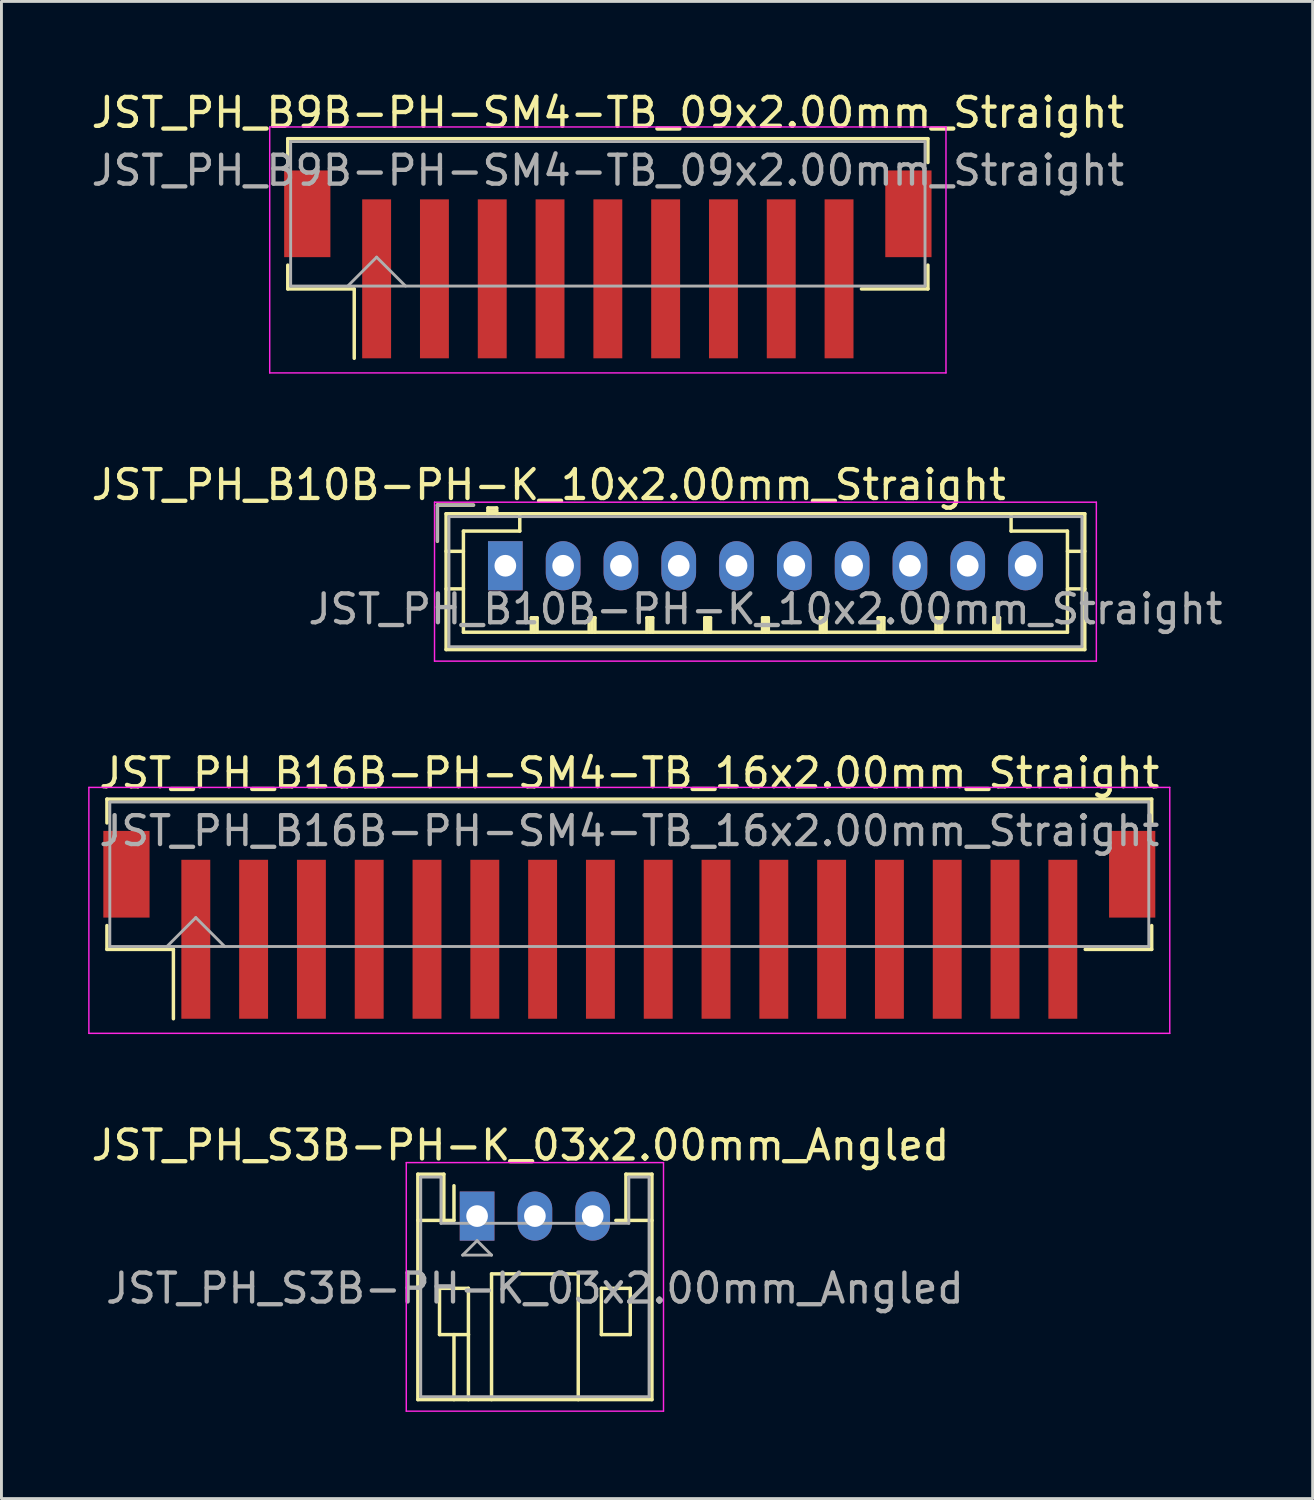
<source format=kicad_pcb>
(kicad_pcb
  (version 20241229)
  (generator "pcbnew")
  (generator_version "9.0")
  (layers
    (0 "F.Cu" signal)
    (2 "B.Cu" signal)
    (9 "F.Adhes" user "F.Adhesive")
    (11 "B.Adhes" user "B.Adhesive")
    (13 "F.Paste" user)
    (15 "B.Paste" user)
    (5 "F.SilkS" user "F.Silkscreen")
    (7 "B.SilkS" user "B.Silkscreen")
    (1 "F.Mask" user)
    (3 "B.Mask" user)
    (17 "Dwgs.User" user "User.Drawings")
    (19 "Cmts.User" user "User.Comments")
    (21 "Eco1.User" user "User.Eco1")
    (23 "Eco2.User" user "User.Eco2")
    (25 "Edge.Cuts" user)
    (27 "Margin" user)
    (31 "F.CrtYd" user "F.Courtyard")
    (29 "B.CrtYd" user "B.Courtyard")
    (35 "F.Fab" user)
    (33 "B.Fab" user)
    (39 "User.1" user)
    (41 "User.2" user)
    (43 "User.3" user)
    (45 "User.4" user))
  (footprint "JST_PH_B9B-PH-SM4-TB_09x2.00mm_Straight"
    (layer "F.Cu")
    (at 17.982 5.473)
    (property "Reference" "JST_PH_B9B-PH-SM4-TB_09x2.00mm_Straight" (at 0 -4.625 0) (layer "F.SilkS") (effects (font (size 1 1) (thickness 0.15))))
    (attr smd)
    (fp_line (start -11.075 -3.725) (end 11.075 -3.725) (stroke (width 0.12) (type solid)) (layer "F.SilkS"))
    (fp_line (start -11.075 -2.9) (end -11.075 -3.725) (stroke (width 0.12) (type solid)) (layer "F.SilkS"))
    (fp_line (start -11.075 0.65) (end -11.075 1.475) (stroke (width 0.12) (type solid)) (layer "F.SilkS"))
    (fp_line (start -11.075 1.475) (end -8.775 1.475) (stroke (width 0.12) (type solid)) (layer "F.SilkS"))
    (fp_line (start -8.775 1.475) (end -8.775 3.875) (stroke (width 0.12) (type solid)) (layer "F.SilkS"))
    (fp_line (start 11.075 -3.725) (end 11.075 -2.9) (stroke (width 0.12) (type solid)) (layer "F.SilkS"))
    (fp_line (start 11.075 0.65) (end 11.075 1.475) (stroke (width 0.12) (type solid)) (layer "F.SilkS"))
    (fp_line (start 11.075 1.475) (end 8.775 1.475) (stroke (width 0.12) (type solid)) (layer "F.SilkS"))
    (fp_line (start -11.7 -4.13) (end -11.7 4.38) (stroke (width 0.05) (type solid)) (layer "F.CrtYd"))
    (fp_line (start -11.7 4.38) (end 11.7 4.38) (stroke (width 0.05) (type solid)) (layer "F.CrtYd"))
    (fp_line (start 11.7 -4.13) (end -11.7 -4.13) (stroke (width 0.05) (type solid)) (layer "F.CrtYd"))
    (fp_line (start 11.7 4.38) (end 11.7 -4.13) (stroke (width 0.05) (type solid)) (layer "F.CrtYd"))
    (fp_line (start -10.975 -3.625) (end -10.975 1.375) (stroke (width 0.1) (type solid)) (layer "F.Fab"))
    (fp_line (start -10.975 1.375) (end 10.975 1.375) (stroke (width 0.1) (type solid)) (layer "F.Fab"))
    (fp_line (start -9 1.375) (end -8 0.375) (stroke (width 0.1) (type solid)) (layer "F.Fab"))
    (fp_line (start -8 0.375) (end -7 1.375) (stroke (width 0.1) (type solid)) (layer "F.Fab"))
    (fp_line (start 10.975 -3.625) (end -10.975 -3.625) (stroke (width 0.1) (type solid)) (layer "F.Fab"))
    (fp_line (start 10.975 1.375) (end 10.975 -3.625) (stroke (width 0.1) (type solid)) (layer "F.Fab"))
    (fp_text user "${REFERENCE}" (at 0 -2.625 0) (layer "F.Fab") (effects (font (size 1 1) (thickness 0.15))))
    (pad "" smd rect (at -10.4 -1.125) (size 1.6 3) (layers "F.Cu" "F.Mask" "F.Paste"))
    (pad "" smd rect (at 10.4 -1.125) (size 1.6 3) (layers "F.Cu" "F.Mask" "F.Paste"))
    (pad "1" smd rect (at -8 1.125) (size 1 5.5) (layers "F.Cu" "F.Mask" "F.Paste"))
    (pad "2" smd rect (at -6 1.125) (size 1 5.5) (layers "F.Cu" "F.Mask" "F.Paste"))
    (pad "3" smd rect (at -4 1.125) (size 1 5.5) (layers "F.Cu" "F.Mask" "F.Paste"))
    (pad "4" smd rect (at -2 1.125) (size 1 5.5) (layers "F.Cu" "F.Mask" "F.Paste"))
    (pad "5" smd rect (at 0 1.125) (size 1 5.5) (layers "F.Cu" "F.Mask" "F.Paste"))
    (pad "6" smd rect (at 2 1.125) (size 1 5.5) (layers "F.Cu" "F.Mask" "F.Paste"))
    (pad "7" smd rect (at 4 1.125) (size 1 5.5) (layers "F.Cu" "F.Mask" "F.Paste"))
    (pad "8" smd rect (at 6 1.125) (size 1 5.5) (layers "F.Cu" "F.Mask" "F.Paste"))
    (pad "9" smd rect (at 8 1.125) (size 1 5.5) (layers "F.Cu" "F.Mask" "F.Paste")))
  (footprint "JST_PH_B16B-PH-SM4-TB_16x2.00mm_Straight"
    (layer "F.Cu")
    (at 18.725 28.325)
    (property "Reference" "JST_PH_B16B-PH-SM4-TB_16x2.00mm_Straight" (at 0 -4.625 0) (layer "F.SilkS") (effects (font (size 1 1) (thickness 0.15))))
    (attr smd)
    (fp_line (start -18.075 -3.725) (end 18.075 -3.725) (stroke (width 0.12) (type solid)) (layer "F.SilkS"))
    (fp_line (start -18.075 -2.9) (end -18.075 -3.725) (stroke (width 0.12) (type solid)) (layer "F.SilkS"))
    (fp_line (start -18.075 0.65) (end -18.075 1.475) (stroke (width 0.12) (type solid)) (layer "F.SilkS"))
    (fp_line (start -18.075 1.475) (end -15.775 1.475) (stroke (width 0.12) (type solid)) (layer "F.SilkS"))
    (fp_line (start -15.775 1.475) (end -15.775 3.875) (stroke (width 0.12) (type solid)) (layer "F.SilkS"))
    (fp_line (start 18.075 -3.725) (end 18.075 -2.9) (stroke (width 0.12) (type solid)) (layer "F.SilkS"))
    (fp_line (start 18.075 0.65) (end 18.075 1.475) (stroke (width 0.12) (type solid)) (layer "F.SilkS"))
    (fp_line (start 18.075 1.475) (end 15.775 1.475) (stroke (width 0.12) (type solid)) (layer "F.SilkS"))
    (fp_line (start -18.7 -4.13) (end -18.7 4.38) (stroke (width 0.05) (type solid)) (layer "F.CrtYd"))
    (fp_line (start -18.7 4.38) (end 18.7 4.38) (stroke (width 0.05) (type solid)) (layer "F.CrtYd"))
    (fp_line (start 18.7 -4.13) (end -18.7 -4.13) (stroke (width 0.05) (type solid)) (layer "F.CrtYd"))
    (fp_line (start 18.7 4.38) (end 18.7 -4.13) (stroke (width 0.05) (type solid)) (layer "F.CrtYd"))
    (fp_line (start -17.975 -3.625) (end -17.975 1.375) (stroke (width 0.1) (type solid)) (layer "F.Fab"))
    (fp_line (start -17.975 1.375) (end 17.975 1.375) (stroke (width 0.1) (type solid)) (layer "F.Fab"))
    (fp_line (start -16 1.375) (end -15 0.375) (stroke (width 0.1) (type solid)) (layer "F.Fab"))
    (fp_line (start -15 0.375) (end -14 1.375) (stroke (width 0.1) (type solid)) (layer "F.Fab"))
    (fp_line (start 17.975 -3.625) (end -17.975 -3.625) (stroke (width 0.1) (type solid)) (layer "F.Fab"))
    (fp_line (start 17.975 1.375) (end 17.975 -3.625) (stroke (width 0.1) (type solid)) (layer "F.Fab"))
    (fp_text user "${REFERENCE}" (at 0 -2.625 0) (layer "F.Fab") (effects (font (size 1 1) (thickness 0.15))))
    (pad "" smd rect (at -17.4 -1.125) (size 1.6 3) (layers "F.Cu" "F.Mask" "F.Paste"))
    (pad "" smd rect (at 17.4 -1.125) (size 1.6 3) (layers "F.Cu" "F.Mask" "F.Paste"))
    (pad "1" smd rect (at -15 1.125) (size 1 5.5) (layers "F.Cu" "F.Mask" "F.Paste"))
    (pad "2" smd rect (at -13 1.125) (size 1 5.5) (layers "F.Cu" "F.Mask" "F.Paste"))
    (pad "3" smd rect (at -11 1.125) (size 1 5.5) (layers "F.Cu" "F.Mask" "F.Paste"))
    (pad "4" smd rect (at -9 1.125) (size 1 5.5) (layers "F.Cu" "F.Mask" "F.Paste"))
    (pad "5" smd rect (at -7 1.125) (size 1 5.5) (layers "F.Cu" "F.Mask" "F.Paste"))
    (pad "6" smd rect (at -5 1.125) (size 1 5.5) (layers "F.Cu" "F.Mask" "F.Paste"))
    (pad "7" smd rect (at -3 1.125) (size 1 5.5) (layers "F.Cu" "F.Mask" "F.Paste"))
    (pad "8" smd rect (at -1 1.125) (size 1 5.5) (layers "F.Cu" "F.Mask" "F.Paste"))
    (pad "9" smd rect (at 1 1.125) (size 1 5.5) (layers "F.Cu" "F.Mask" "F.Paste"))
    (pad "10" smd rect (at 3 1.125) (size 1 5.5) (layers "F.Cu" "F.Mask" "F.Paste"))
    (pad "11" smd rect (at 5 1.125) (size 1 5.5) (layers "F.Cu" "F.Mask" "F.Paste"))
    (pad "12" smd rect (at 7 1.125) (size 1 5.5) (layers "F.Cu" "F.Mask" "F.Paste"))
    (pad "13" smd rect (at 9 1.125) (size 1 5.5) (layers "F.Cu" "F.Mask" "F.Paste"))
    (pad "14" smd rect (at 11 1.125) (size 1 5.5) (layers "F.Cu" "F.Mask" "F.Paste"))
    (pad "15" smd rect (at 13 1.125) (size 1 5.5) (layers "F.Cu" "F.Mask" "F.Paste"))
    (pad "16" smd rect (at 15 1.125) (size 1 5.5) (layers "F.Cu" "F.Mask" "F.Paste")))
  (footprint "JST_PH_B10B-PH-K_10x2.00mm_Straight"
    (layer "F.Cu")
    (at 14.435 16.526)
    (property "Reference" "JST_PH_B10B-PH-K_10x2.00mm_Straight" (at 1.5 -2.8 0) (layer "F.SilkS") (effects (font (size 1 1) (thickness 0.15))))
    (attr through_hole)
    (fp_line (start -2.35 -2.1) (end -2.35 -0.85) (stroke (width 0.12) (type solid)) (layer "F.SilkS"))
    (fp_line (start -2.05 -1.8) (end -2.05 2.9) (stroke (width 0.12) (type solid)) (layer "F.SilkS"))
    (fp_line (start -2.05 -0.5) (end -1.45 -0.5) (stroke (width 0.12) (type solid)) (layer "F.SilkS"))
    (fp_line (start -2.05 0.8) (end -1.45 0.8) (stroke (width 0.12) (type solid)) (layer "F.SilkS"))
    (fp_line (start -2.05 2.9) (end 20.05 2.9) (stroke (width 0.12) (type solid)) (layer "F.SilkS"))
    (fp_line (start -1.45 -1.2) (end -1.45 2.3) (stroke (width 0.12) (type solid)) (layer "F.SilkS"))
    (fp_line (start -1.45 2.3) (end 19.45 2.3) (stroke (width 0.12) (type solid)) (layer "F.SilkS"))
    (fp_line (start -1.1 -2.1) (end -2.35 -2.1) (stroke (width 0.12) (type solid)) (layer "F.SilkS"))
    (fp_line (start -0.6 -2) (end -0.6 -1.8) (stroke (width 0.12) (type solid)) (layer "F.SilkS"))
    (fp_line (start -0.3 -2) (end -0.6 -2) (stroke (width 0.12) (type solid)) (layer "F.SilkS"))
    (fp_line (start -0.3 -1.9) (end -0.6 -1.9) (stroke (width 0.12) (type solid)) (layer "F.SilkS"))
    (fp_line (start -0.3 -1.8) (end -0.3 -2) (stroke (width 0.12) (type solid)) (layer "F.SilkS"))
    (fp_line (start 0.5 -1.8) (end 0.5 -1.2) (stroke (width 0.12) (type solid)) (layer "F.SilkS"))
    (fp_line (start 0.5 -1.2) (end -1.45 -1.2) (stroke (width 0.12) (type solid)) (layer "F.SilkS"))
    (fp_line (start 0.9 1.8) (end 1.1 1.8) (stroke (width 0.12) (type solid)) (layer "F.SilkS"))
    (fp_line (start 0.9 2.3) (end 0.9 1.8) (stroke (width 0.12) (type solid)) (layer "F.SilkS"))
    (fp_line (start 1 2.3) (end 1 1.8) (stroke (width 0.12) (type solid)) (layer "F.SilkS"))
    (fp_line (start 1.1 1.8) (end 1.1 2.3) (stroke (width 0.12) (type solid)) (layer "F.SilkS"))
    (fp_line (start 2.9 1.8) (end 3.1 1.8) (stroke (width 0.12) (type solid)) (layer "F.SilkS"))
    (fp_line (start 2.9 2.3) (end 2.9 1.8) (stroke (width 0.12) (type solid)) (layer "F.SilkS"))
    (fp_line (start 3 2.3) (end 3 1.8) (stroke (width 0.12) (type solid)) (layer "F.SilkS"))
    (fp_line (start 3.1 1.8) (end 3.1 2.3) (stroke (width 0.12) (type solid)) (layer "F.SilkS"))
    (fp_line (start 4.9 1.8) (end 5.1 1.8) (stroke (width 0.12) (type solid)) (layer "F.SilkS"))
    (fp_line (start 4.9 2.3) (end 4.9 1.8) (stroke (width 0.12) (type solid)) (layer "F.SilkS"))
    (fp_line (start 5 2.3) (end 5 1.8) (stroke (width 0.12) (type solid)) (layer "F.SilkS"))
    (fp_line (start 5.1 1.8) (end 5.1 2.3) (stroke (width 0.12) (type solid)) (layer "F.SilkS"))
    (fp_line (start 6.9 1.8) (end 7.1 1.8) (stroke (width 0.12) (type solid)) (layer "F.SilkS"))
    (fp_line (start 6.9 2.3) (end 6.9 1.8) (stroke (width 0.12) (type solid)) (layer "F.SilkS"))
    (fp_line (start 7 2.3) (end 7 1.8) (stroke (width 0.12) (type solid)) (layer "F.SilkS"))
    (fp_line (start 7.1 1.8) (end 7.1 2.3) (stroke (width 0.12) (type solid)) (layer "F.SilkS"))
    (fp_line (start 8.9 1.8) (end 9.1 1.8) (stroke (width 0.12) (type solid)) (layer "F.SilkS"))
    (fp_line (start 8.9 2.3) (end 8.9 1.8) (stroke (width 0.12) (type solid)) (layer "F.SilkS"))
    (fp_line (start 9 2.3) (end 9 1.8) (stroke (width 0.12) (type solid)) (layer "F.SilkS"))
    (fp_line (start 9.1 1.8) (end 9.1 2.3) (stroke (width 0.12) (type solid)) (layer "F.SilkS"))
    (fp_line (start 10.9 1.8) (end 11.1 1.8) (stroke (width 0.12) (type solid)) (layer "F.SilkS"))
    (fp_line (start 10.9 2.3) (end 10.9 1.8) (stroke (width 0.12) (type solid)) (layer "F.SilkS"))
    (fp_line (start 11 2.3) (end 11 1.8) (stroke (width 0.12) (type solid)) (layer "F.SilkS"))
    (fp_line (start 11.1 1.8) (end 11.1 2.3) (stroke (width 0.12) (type solid)) (layer "F.SilkS"))
    (fp_line (start 12.9 1.8) (end 13.1 1.8) (stroke (width 0.12) (type solid)) (layer "F.SilkS"))
    (fp_line (start 12.9 2.3) (end 12.9 1.8) (stroke (width 0.12) (type solid)) (layer "F.SilkS"))
    (fp_line (start 13 2.3) (end 13 1.8) (stroke (width 0.12) (type solid)) (layer "F.SilkS"))
    (fp_line (start 13.1 1.8) (end 13.1 2.3) (stroke (width 0.12) (type solid)) (layer "F.SilkS"))
    (fp_line (start 14.9 1.8) (end 15.1 1.8) (stroke (width 0.12) (type solid)) (layer "F.SilkS"))
    (fp_line (start 14.9 2.3) (end 14.9 1.8) (stroke (width 0.12) (type solid)) (layer "F.SilkS"))
    (fp_line (start 15 2.3) (end 15 1.8) (stroke (width 0.12) (type solid)) (layer "F.SilkS"))
    (fp_line (start 15.1 1.8) (end 15.1 2.3) (stroke (width 0.12) (type solid)) (layer "F.SilkS"))
    (fp_line (start 16.9 1.8) (end 17.1 1.8) (stroke (width 0.12) (type solid)) (layer "F.SilkS"))
    (fp_line (start 16.9 2.3) (end 16.9 1.8) (stroke (width 0.12) (type solid)) (layer "F.SilkS"))
    (fp_line (start 17 2.3) (end 17 1.8) (stroke (width 0.12) (type solid)) (layer "F.SilkS"))
    (fp_line (start 17.1 1.8) (end 17.1 2.3) (stroke (width 0.12) (type solid)) (layer "F.SilkS"))
    (fp_line (start 17.5 -1.2) (end 17.5 -1.8) (stroke (width 0.12) (type solid)) (layer "F.SilkS"))
    (fp_line (start 19.45 -1.2) (end 17.5 -1.2) (stroke (width 0.12) (type solid)) (layer "F.SilkS"))
    (fp_line (start 19.45 2.3) (end 19.45 -1.2) (stroke (width 0.12) (type solid)) (layer "F.SilkS"))
    (fp_line (start 20.05 -1.8) (end -2.05 -1.8) (stroke (width 0.12) (type solid)) (layer "F.SilkS"))
    (fp_line (start 20.05 -0.5) (end 19.45 -0.5) (stroke (width 0.12) (type solid)) (layer "F.SilkS"))
    (fp_line (start 20.05 0.8) (end 19.45 0.8) (stroke (width 0.12) (type solid)) (layer "F.SilkS"))
    (fp_line (start 20.05 2.9) (end 20.05 -1.8) (stroke (width 0.12) (type solid)) (layer "F.SilkS"))
    (fp_line (start -2.45 -2.2) (end -2.45 3.3) (stroke (width 0.05) (type solid)) (layer "F.CrtYd"))
    (fp_line (start -2.45 3.3) (end 20.45 3.3) (stroke (width 0.05) (type solid)) (layer "F.CrtYd"))
    (fp_line (start 20.45 -2.2) (end -2.45 -2.2) (stroke (width 0.05) (type solid)) (layer "F.CrtYd"))
    (fp_line (start 20.45 3.3) (end 20.45 -2.2) (stroke (width 0.05) (type solid)) (layer "F.CrtYd"))
    (fp_line (start -2.35 -2.1) (end -2.35 -0.85) (stroke (width 0.1) (type solid)) (layer "F.Fab"))
    (fp_line (start -1.95 -1.7) (end -1.95 2.8) (stroke (width 0.1) (type solid)) (layer "F.Fab"))
    (fp_line (start -1.95 2.8) (end 19.95 2.8) (stroke (width 0.1) (type solid)) (layer "F.Fab"))
    (fp_line (start -1.1 -2.1) (end -2.35 -2.1) (stroke (width 0.1) (type solid)) (layer "F.Fab"))
    (fp_line (start 19.95 -1.7) (end -1.95 -1.7) (stroke (width 0.1) (type solid)) (layer "F.Fab"))
    (fp_line (start 19.95 2.8) (end 19.95 -1.7) (stroke (width 0.1) (type solid)) (layer "F.Fab"))
    (fp_text user "${REFERENCE}" (at 9 1.5 0) (layer "F.Fab") (effects (font (size 1 1) (thickness 0.15))))
    (pad "1" thru_hole rect (at 0 0) (size 1.2 1.7) (drill 0.75) (layers "*.Cu" "*.Mask"))
    (pad "2" thru_hole oval (at 2 0) (size 1.2 1.7) (drill 0.75) (layers "*.Cu" "*.Mask"))
    (pad "3" thru_hole oval (at 4 0) (size 1.2 1.7) (drill 0.75) (layers "*.Cu" "*.Mask"))
    (pad "4" thru_hole oval (at 6 0) (size 1.2 1.7) (drill 0.75) (layers "*.Cu" "*.Mask"))
    (pad "5" thru_hole oval (at 8 0) (size 1.2 1.7) (drill 0.75) (layers "*.Cu" "*.Mask"))
    (pad "6" thru_hole oval (at 10 0) (size 1.2 1.7) (drill 0.75) (layers "*.Cu" "*.Mask"))
    (pad "7" thru_hole oval (at 12 0) (size 1.2 1.7) (drill 0.75) (layers "*.Cu" "*.Mask"))
    (pad "8" thru_hole oval (at 14 0) (size 1.2 1.7) (drill 0.75) (layers "*.Cu" "*.Mask"))
    (pad "9" thru_hole oval (at 16 0) (size 1.2 1.7) (drill 0.75) (layers "*.Cu" "*.Mask"))
    (pad "10" thru_hole oval (at 18 0) (size 1.2 1.7) (drill 0.75) (layers "*.Cu" "*.Mask")))
  (footprint "JST_PH_S3B-PH-K_03x2.00mm_Angled"
    (layer "F.Cu")
    (at 13.458 39.028)
    (property "Reference" "JST_PH_S3B-PH-K_03x2.00mm_Angled" (at 1.5 -2.45 0) (layer "F.SilkS") (effects (font (size 1 1) (thickness 0.15))))
    (attr through_hole)
    (fp_line (start -2.05 -1.45) (end -2.05 6.35) (stroke (width 0.12) (type solid)) (layer "F.SilkS"))
    (fp_line (start -2.05 0.15) (end -1.15 0.15) (stroke (width 0.12) (type solid)) (layer "F.SilkS"))
    (fp_line (start -2.05 6.35) (end 6.05 6.35) (stroke (width 0.12) (type solid)) (layer "F.SilkS"))
    (fp_line (start -1.3 2.5) (end -1.3 4.1) (stroke (width 0.12) (type solid)) (layer "F.SilkS"))
    (fp_line (start -1.3 4.1) (end -0.3 4.1) (stroke (width 0.12) (type solid)) (layer "F.SilkS"))
    (fp_line (start -1.15 -1.45) (end -2.05 -1.45) (stroke (width 0.12) (type solid)) (layer "F.SilkS"))
    (fp_line (start -1.15 0.15) (end -1.15 -1.45) (stroke (width 0.12) (type solid)) (layer "F.SilkS"))
    (fp_line (start -0.8 0.15) (end -1.15 0.15) (stroke (width 0.12) (type solid)) (layer "F.SilkS"))
    (fp_line (start -0.8 0.15) (end -0.8 -1.05) (stroke (width 0.12) (type solid)) (layer "F.SilkS"))
    (fp_line (start -0.8 4.1) (end -0.8 6.35) (stroke (width 0.12) (type solid)) (layer "F.SilkS"))
    (fp_line (start -0.3 2.5) (end -1.3 2.5) (stroke (width 0.12) (type solid)) (layer "F.SilkS"))
    (fp_line (start -0.3 4.1) (end -0.3 2.5) (stroke (width 0.12) (type solid)) (layer "F.SilkS"))
    (fp_line (start -0.3 4.1) (end -0.3 6.35) (stroke (width 0.12) (type solid)) (layer "F.SilkS"))
    (fp_line (start 0.5 2) (end 3.5 2) (stroke (width 0.12) (type solid)) (layer "F.SilkS"))
    (fp_line (start 0.5 6.35) (end 0.5 2) (stroke (width 0.12) (type solid)) (layer "F.SilkS"))
    (fp_line (start 3.5 2) (end 3.5 6.35) (stroke (width 0.12) (type solid)) (layer "F.SilkS"))
    (fp_line (start 4.3 2.5) (end 5.3 2.5) (stroke (width 0.12) (type solid)) (layer "F.SilkS"))
    (fp_line (start 4.3 4.1) (end 4.3 2.5) (stroke (width 0.12) (type solid)) (layer "F.SilkS"))
    (fp_line (start 5.15 -1.45) (end 5.15 0.15) (stroke (width 0.12) (type solid)) (layer "F.SilkS"))
    (fp_line (start 5.15 0.15) (end 4.8 0.15) (stroke (width 0.12) (type solid)) (layer "F.SilkS"))
    (fp_line (start 5.3 2.5) (end 5.3 4.1) (stroke (width 0.12) (type solid)) (layer "F.SilkS"))
    (fp_line (start 5.3 4.1) (end 4.3 4.1) (stroke (width 0.12) (type solid)) (layer "F.SilkS"))
    (fp_line (start 6.05 -1.45) (end 5.15 -1.45) (stroke (width 0.12) (type solid)) (layer "F.SilkS"))
    (fp_line (start 6.05 0.15) (end 5.15 0.15) (stroke (width 0.12) (type solid)) (layer "F.SilkS"))
    (fp_line (start 6.05 6.35) (end 6.05 -1.45) (stroke (width 0.12) (type solid)) (layer "F.SilkS"))
    (fp_line (start -2.45 -1.85) (end -2.45 6.75) (stroke (width 0.05) (type solid)) (layer "F.CrtYd"))
    (fp_line (start -2.45 6.75) (end 6.45 6.75) (stroke (width 0.05) (type solid)) (layer "F.CrtYd"))
    (fp_line (start 6.45 -1.85) (end -2.45 -1.85) (stroke (width 0.05) (type solid)) (layer "F.CrtYd"))
    (fp_line (start 6.45 6.75) (end 6.45 -1.85) (stroke (width 0.05) (type solid)) (layer "F.CrtYd"))
    (fp_line (start -1.95 -1.35) (end -1.95 6.25) (stroke (width 0.1) (type solid)) (layer "F.Fab"))
    (fp_line (start -1.95 6.25) (end 5.95 6.25) (stroke (width 0.1) (type solid)) (layer "F.Fab"))
    (fp_line (start -1.25 -1.35) (end -1.95 -1.35) (stroke (width 0.1) (type solid)) (layer "F.Fab"))
    (fp_line (start -1.25 0.25) (end -1.25 -1.35) (stroke (width 0.1) (type solid)) (layer "F.Fab"))
    (fp_line (start -0.5 1.35) (end 0.5 1.35) (stroke (width 0.1) (type solid)) (layer "F.Fab"))
    (fp_line (start 0 0.85) (end -0.5 1.35) (stroke (width 0.1) (type solid)) (layer "F.Fab"))
    (fp_line (start 0.5 1.35) (end 0 0.85) (stroke (width 0.1) (type solid)) (layer "F.Fab"))
    (fp_line (start 5.25 -1.35) (end 5.25 0.25) (stroke (width 0.1) (type solid)) (layer "F.Fab"))
    (fp_line (start 5.25 0.25) (end -1.25 0.25) (stroke (width 0.1) (type solid)) (layer "F.Fab"))
    (fp_line (start 5.95 -1.35) (end 5.25 -1.35) (stroke (width 0.1) (type solid)) (layer "F.Fab"))
    (fp_line (start 5.95 6.25) (end 5.95 -1.35) (stroke (width 0.1) (type solid)) (layer "F.Fab"))
    (fp_text user "${REFERENCE}" (at 2 2.5 0) (layer "F.Fab") (effects (font (size 1 1) (thickness 0.15))))
    (pad "1" thru_hole rect (at 0 0) (size 1.2 1.7) (drill 0.75) (layers "*.Cu" "*.Mask"))
    (pad "2" thru_hole oval (at 2 0) (size 1.2 1.7) (drill 0.75) (layers "*.Cu" "*.Mask"))
    (pad "3" thru_hole oval (at 4 0) (size 1.2 1.7) (drill 0.75) (layers "*.Cu" "*.Mask")))
  (gr_rect
    (start -3 -3)
    (end 42.369 48.803)
    (stroke (width 0.1) (type default))
    (fill no)
    (layer "Edge.Cuts")))
</source>
